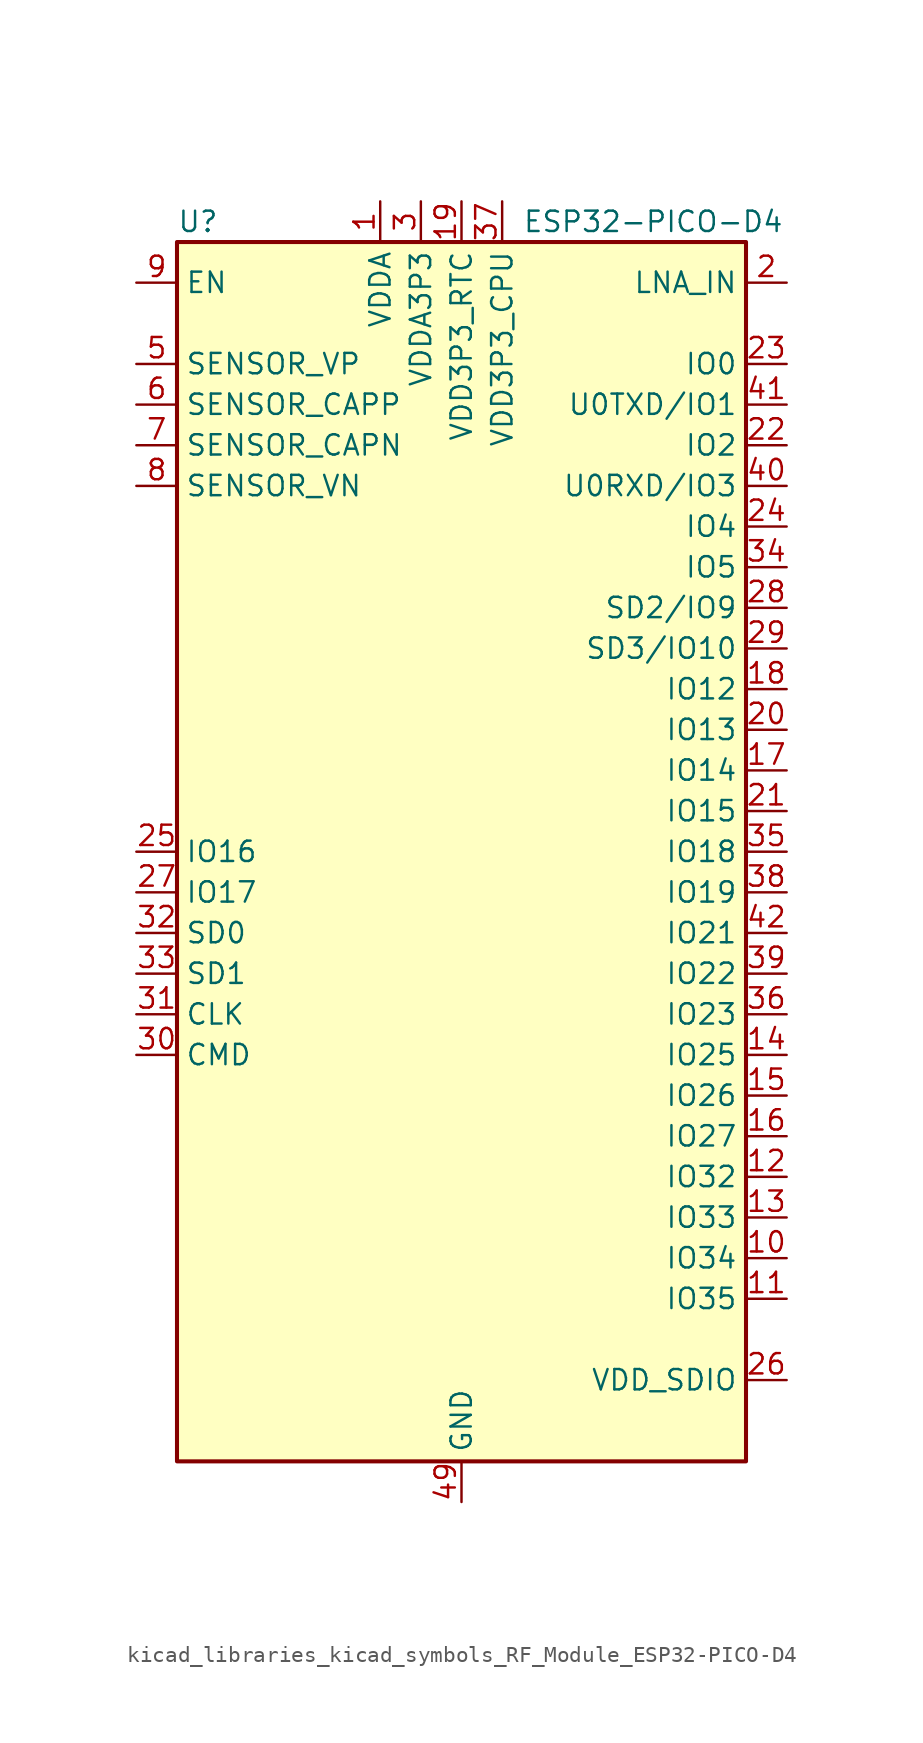
<source format=kicad_sym>
(kicad_symbol_lib
  (version 20220914)
  (generator kicad_symbol_editor)
  (symbol "kicad_libraries_kicad_symbols_RF_Module_ESP32-PICO-D4"
    (property "Reference" "U"
      (at -17.78 39.37 0)
      (effects (font (size 1.27 1.27)) (justify left)))
    (property "Value" "ESP32-PICO-D4"
      (at 3.81 39.37 0)
      (effects (font (size 1.27 1.27)) (justify left)))
    (symbol "kicad_libraries_kicad_symbols_RF_Module_ESP32-PICO-D4_0_0"
      (pin power_in line (at -5.08 40.64 270) (length 2.54) (name "VDDA" (effects (font (size 1.27 1.27)))) (number "1" (effects (font (size 1.27 1.27)))))
      (pin input line (at 20.32 -25.4 180) (length 2.54) (name "IO34" (effects (font (size 1.27 1.27)))) (number "10" (effects (font (size 1.27 1.27)))))
      (pin input line (at 20.32 -27.94 180) (length 2.54) (name "IO35" (effects (font (size 1.27 1.27)))) (number "11" (effects (font (size 1.27 1.27)))))
      (pin bidirectional line (at 20.32 -20.32 180) (length 2.54) (name "IO32" (effects (font (size 1.27 1.27)))) (number "12" (effects (font (size 1.27 1.27)))))
      (pin bidirectional line (at 20.32 -22.86 180) (length 2.54) (name "IO33" (effects (font (size 1.27 1.27)))) (number "13" (effects (font (size 1.27 1.27)))))
      (pin bidirectional line (at 20.32 -12.7 180) (length 2.54) (name "IO25" (effects (font (size 1.27 1.27)))) (number "14" (effects (font (size 1.27 1.27)))))
      (pin bidirectional line (at 20.32 -15.24 180) (length 2.54) (name "IO26" (effects (font (size 1.27 1.27)))) (number "15" (effects (font (size 1.27 1.27)))))
      (pin bidirectional line (at 20.32 -17.78 180) (length 2.54) (name "IO27" (effects (font (size 1.27 1.27)))) (number "16" (effects (font (size 1.27 1.27)))))
      (pin bidirectional line (at 20.32 5.08 180) (length 2.54) (name "IO14" (effects (font (size 1.27 1.27)))) (number "17" (effects (font (size 1.27 1.27)))))
      (pin bidirectional line (at 20.32 10.16 180) (length 2.54) (name "IO12" (effects (font (size 1.27 1.27)))) (number "18" (effects (font (size 1.27 1.27)))))
      (pin power_in line (at 0 40.64 270) (length 2.54) (name "VDD3P3_RTC" (effects (font (size 1.27 1.27)))) (number "19" (effects (font (size 1.27 1.27)))))
      (pin bidirectional line (at 20.32 35.56 180) (length 2.54) (name "LNA_IN" (effects (font (size 1.27 1.27)))) (number "2" (effects (font (size 1.27 1.27)))))
      (pin bidirectional line (at 20.32 7.62 180) (length 2.54) (name "IO13" (effects (font (size 1.27 1.27)))) (number "20" (effects (font (size 1.27 1.27)))))
      (pin bidirectional line (at 20.32 2.54 180) (length 2.54) (name "IO15" (effects (font (size 1.27 1.27)))) (number "21" (effects (font (size 1.27 1.27)))))
      (pin bidirectional line (at 20.32 25.4 180) (length 2.54) (name "IO2" (effects (font (size 1.27 1.27)))) (number "22" (effects (font (size 1.27 1.27)))))
      (pin bidirectional line (at 20.32 30.48 180) (length 2.54) (name "IO0" (effects (font (size 1.27 1.27)))) (number "23" (effects (font (size 1.27 1.27)))))
      (pin bidirectional line (at 20.32 20.32 180) (length 2.54) (name "IO4" (effects (font (size 1.27 1.27)))) (number "24" (effects (font (size 1.27 1.27)))))
      (pin bidirectional line (at -20.32 0 0) (length 2.54) (name "IO16" (effects (font (size 1.27 1.27)))) (number "25" (effects (font (size 1.27 1.27)))))
      (pin power_out line (at 20.32 -33.02 180) (length 2.54) (name "VDD_SDIO" (effects (font (size 1.27 1.27)))) (number "26" (effects (font (size 1.27 1.27)))))
      (pin bidirectional line (at -20.32 -2.54 0) (length 2.54) (name "IO17" (effects (font (size 1.27 1.27)))) (number "27" (effects (font (size 1.27 1.27)))))
      (pin bidirectional line (at 20.32 15.24 180) (length 2.54) (name "SD2/IO9" (effects (font (size 1.27 1.27)))) (number "28" (effects (font (size 1.27 1.27)))))
      (pin bidirectional line (at 20.32 12.7 180) (length 2.54) (name "SD3/IO10" (effects (font (size 1.27 1.27)))) (number "29" (effects (font (size 1.27 1.27)))))
      (pin power_in line (at -2.54 40.64 270) (length 2.54) (name "VDDA3P3" (effects (font (size 1.27 1.27)))) (number "3" (effects (font (size 1.27 1.27)))))
      (pin bidirectional line (at -20.32 -12.7 0) (length 2.54) (name "CMD" (effects (font (size 1.27 1.27)))) (number "30" (effects (font (size 1.27 1.27)))))
      (pin bidirectional line (at -20.32 -10.16 0) (length 2.54) (name "CLK" (effects (font (size 1.27 1.27)))) (number "31" (effects (font (size 1.27 1.27)))))
      (pin bidirectional line (at -20.32 -5.08 0) (length 2.54) (name "SD0" (effects (font (size 1.27 1.27)))) (number "32" (effects (font (size 1.27 1.27)))))
      (pin bidirectional line (at -20.32 -7.62 0) (length 2.54) (name "SD1" (effects (font (size 1.27 1.27)))) (number "33" (effects (font (size 1.27 1.27)))))
      (pin bidirectional line (at 20.32 17.78 180) (length 2.54) (name "IO5" (effects (font (size 1.27 1.27)))) (number "34" (effects (font (size 1.27 1.27)))))
      (pin bidirectional line (at 20.32 0 180) (length 2.54) (name "IO18" (effects (font (size 1.27 1.27)))) (number "35" (effects (font (size 1.27 1.27)))))
      (pin bidirectional line (at 20.32 -10.16 180) (length 2.54) (name "IO23" (effects (font (size 1.27 1.27)))) (number "36" (effects (font (size 1.27 1.27)))))
      (pin power_in line (at 2.54 40.64 270) (length 2.54) (name "VDD3P3_CPU" (effects (font (size 1.27 1.27)))) (number "37" (effects (font (size 1.27 1.27)))))
      (pin bidirectional line (at 20.32 -2.54 180) (length 2.54) (name "IO19" (effects (font (size 1.27 1.27)))) (number "38" (effects (font (size 1.27 1.27)))))
      (pin bidirectional line (at 20.32 -7.62 180) (length 2.54) (name "IO22" (effects (font (size 1.27 1.27)))) (number "39" (effects (font (size 1.27 1.27)))))
      (pin passive line (at -2.54 40.64 270) (length 2.54) hide (name "VDDA3P3" (effects (font (size 1.27 1.27)))) (number "4" (effects (font (size 1.27 1.27)))))
      (pin bidirectional line (at 20.32 22.86 180) (length 2.54) (name "U0RXD/IO3" (effects (font (size 1.27 1.27)))) (number "40" (effects (font (size 1.27 1.27)))))
      (pin bidirectional line (at 20.32 27.94 180) (length 2.54) (name "U0TXD/IO1" (effects (font (size 1.27 1.27)))) (number "41" (effects (font (size 1.27 1.27)))))
      (pin bidirectional line (at 20.32 -5.08 180) (length 2.54) (name "IO21" (effects (font (size 1.27 1.27)))) (number "42" (effects (font (size 1.27 1.27)))))
      (pin passive line (at -5.08 40.64 270) (length 2.54) hide (name "VDDA" (effects (font (size 1.27 1.27)))) (number "43" (effects (font (size 1.27 1.27)))))
      (pin no_connect line (at -17.78 -25.4 0) (length 2.54) hide (name "XTAL_N_NC" (effects (font (size 1.27 1.27)))) (number "44" (effects (font (size 1.27 1.27)))))
      (pin no_connect line (at -17.78 -27.94 0) (length 2.54) hide (name "XTAL_P_NC" (effects (font (size 1.27 1.27)))) (number "45" (effects (font (size 1.27 1.27)))))
      (pin passive line (at -5.08 40.64 270) (length 2.54) hide (name "VDDA" (effects (font (size 1.27 1.27)))) (number "46" (effects (font (size 1.27 1.27)))))
      (pin no_connect line (at -17.78 -30.48 0) (length 2.54) hide (name "CAP2_NC" (effects (font (size 1.27 1.27)))) (number "47" (effects (font (size 1.27 1.27)))))
      (pin no_connect line (at -17.78 -33.02 0) (length 2.54) hide (name "CAP1_NC" (effects (font (size 1.27 1.27)))) (number "48" (effects (font (size 1.27 1.27)))))
      (pin power_in line (at 0 -40.64 90) (length 2.54) (name "GND" (effects (font (size 1.27 1.27)))) (number "49" (effects (font (size 1.27 1.27)))))
      (pin input line (at -20.32 30.48 0) (length 2.54) (name "SENSOR_VP" (effects (font (size 1.27 1.27)))) (number "5" (effects (font (size 1.27 1.27)))))
      (pin input line (at -20.32 27.94 0) (length 2.54) (name "SENSOR_CAPP" (effects (font (size 1.27 1.27)))) (number "6" (effects (font (size 1.27 1.27)))))
      (pin input line (at -20.32 25.4 0) (length 2.54) (name "SENSOR_CAPN" (effects (font (size 1.27 1.27)))) (number "7" (effects (font (size 1.27 1.27)))))
      (pin input line (at -20.32 22.86 0) (length 2.54) (name "SENSOR_VN" (effects (font (size 1.27 1.27)))) (number "8" (effects (font (size 1.27 1.27)))))
      (pin input line (at -20.32 35.56 0) (length 2.54) (name "EN" (effects (font (size 1.27 1.27)))) (number "9" (effects (font (size 1.27 1.27))))))
    (symbol "kicad_libraries_kicad_symbols_RF_Module_ESP32-PICO-D4_0_1"
      (rectangle (start -17.78 38.1) (end 17.78 -38.1) (stroke (width 0.254) (type default)) (fill (type background))))))
</source>
